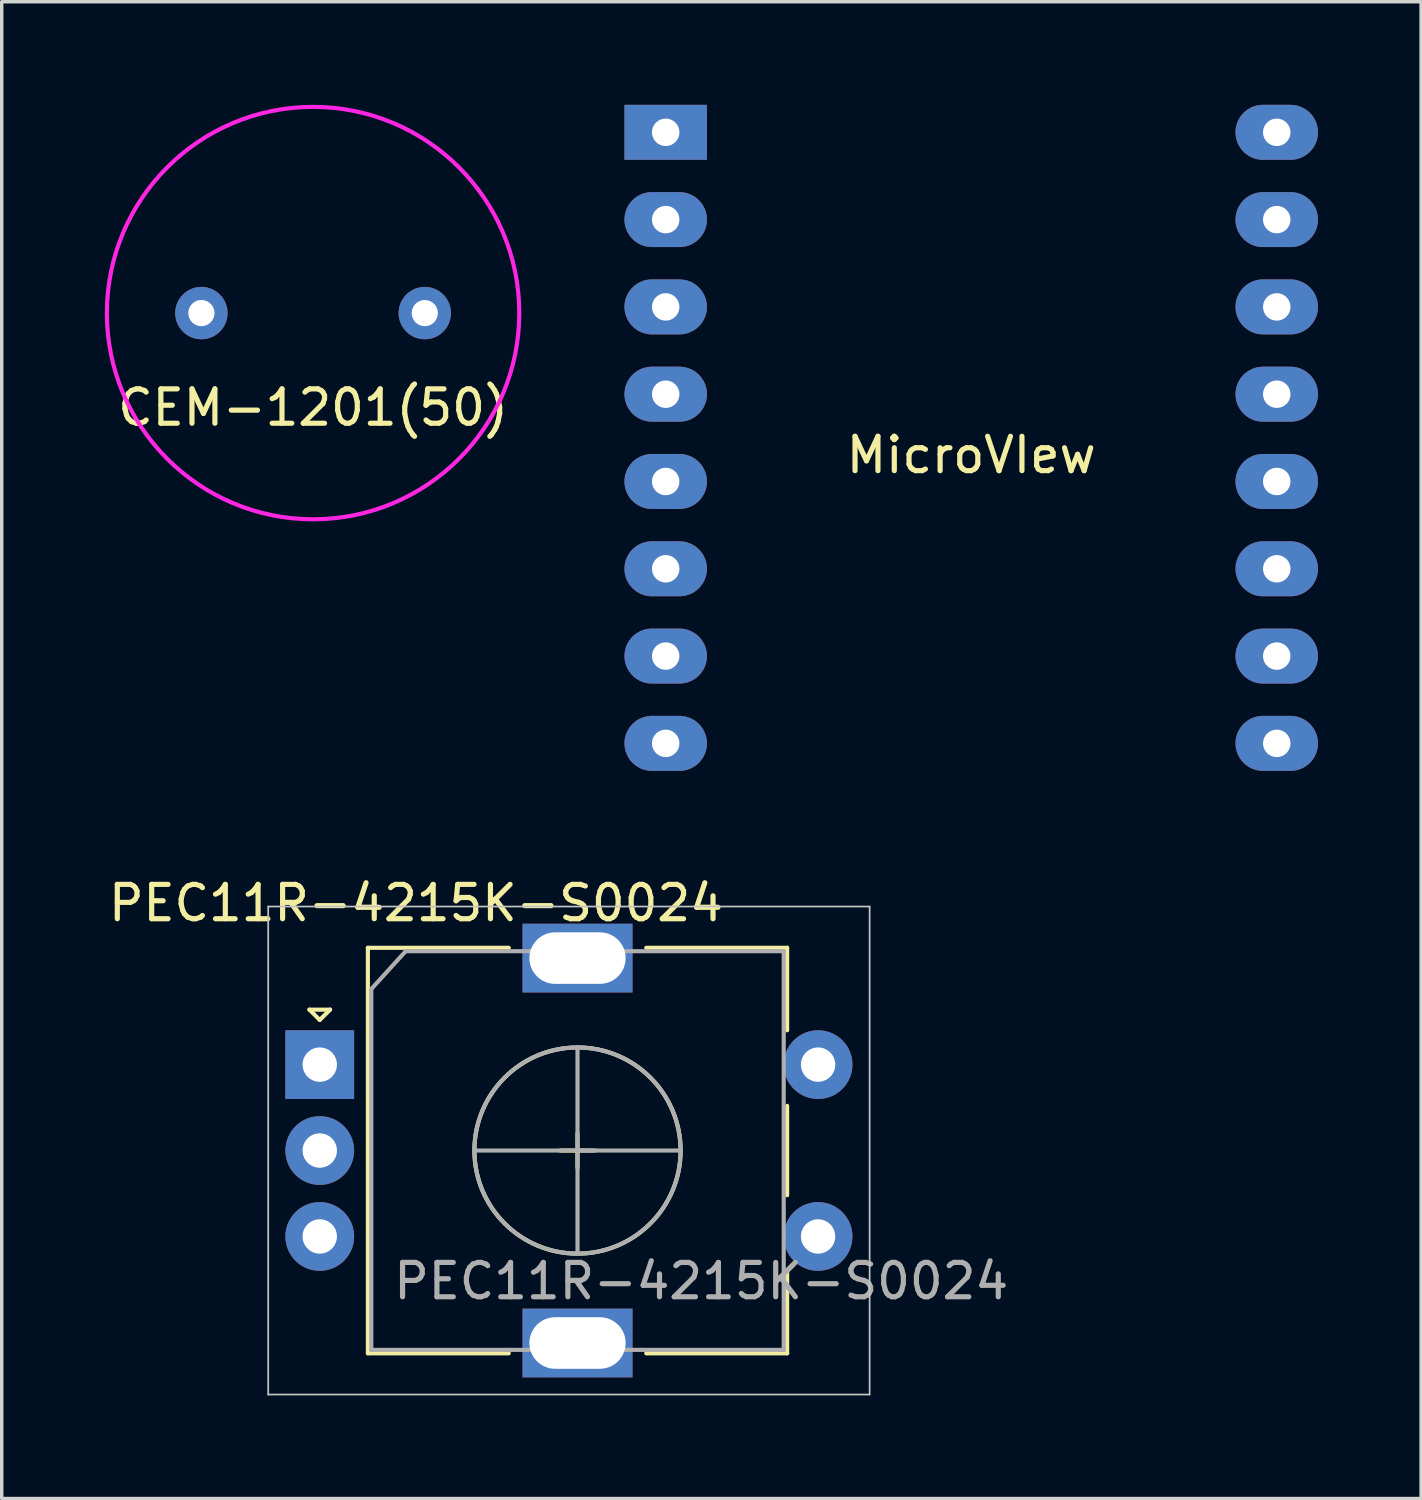
<source format=kicad_pcb>
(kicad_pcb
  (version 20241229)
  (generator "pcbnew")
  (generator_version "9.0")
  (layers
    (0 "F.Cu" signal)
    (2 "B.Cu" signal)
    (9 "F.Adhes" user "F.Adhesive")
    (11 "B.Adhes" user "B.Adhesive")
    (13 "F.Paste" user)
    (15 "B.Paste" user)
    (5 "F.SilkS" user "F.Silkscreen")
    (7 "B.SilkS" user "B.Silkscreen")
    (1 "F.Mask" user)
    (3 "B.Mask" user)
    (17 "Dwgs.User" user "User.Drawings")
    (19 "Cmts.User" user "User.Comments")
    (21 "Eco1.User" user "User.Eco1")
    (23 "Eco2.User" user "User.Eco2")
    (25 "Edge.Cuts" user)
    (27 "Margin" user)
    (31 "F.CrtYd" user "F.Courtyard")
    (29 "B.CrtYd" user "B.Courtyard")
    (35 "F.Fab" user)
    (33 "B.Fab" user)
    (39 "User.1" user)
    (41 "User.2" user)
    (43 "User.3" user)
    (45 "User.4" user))
  (footprint "MicroVIew"
    (layer "F.Cu")
    (at 25.21 9.69)
    (property "Reference" "MicroVIew" (at 0 0.5 0) (layer "F.SilkS") (effects (font (size 1 1) (thickness 0.15))))
    (attr through_hole)
    (pad "1" thru_hole rect (at -8.89 -8.89) (size 2.4 1.6) (drill 0.8) (layers "*.Cu" "*.Mask"))
    (pad "2" thru_hole oval (at -8.89 -6.35) (size 2.4 1.6) (drill 0.8) (layers "*.Cu" "*.Mask"))
    (pad "3" thru_hole oval (at -8.89 -3.81) (size 2.4 1.6) (drill 0.8) (layers "*.Cu" "*.Mask"))
    (pad "4" thru_hole oval (at -8.89 -1.27) (size 2.4 1.6) (drill 0.8) (layers "*.Cu" "*.Mask"))
    (pad "5" thru_hole oval (at -8.89 1.27) (size 2.4 1.6) (drill 0.8) (layers "*.Cu" "*.Mask"))
    (pad "6" thru_hole oval (at -8.89 3.81) (size 2.4 1.6) (drill 0.8) (layers "*.Cu" "*.Mask"))
    (pad "7" thru_hole oval (at -8.89 6.35) (size 2.4 1.6) (drill 0.8) (layers "*.Cu" "*.Mask"))
    (pad "8" thru_hole oval (at -8.89 8.89) (size 2.4 1.6) (drill 0.8) (layers "*.Cu" "*.Mask"))
    (pad "9" thru_hole oval (at 8.89 8.89) (size 2.4 1.6) (drill 0.8) (layers "*.Cu" "*.Mask"))
    (pad "10" thru_hole oval (at 8.89 6.35) (size 2.4 1.6) (drill 0.8) (layers "*.Cu" "*.Mask"))
    (pad "11" thru_hole oval (at 8.89 3.81) (size 2.4 1.6) (drill 0.8) (layers "*.Cu" "*.Mask"))
    (pad "12" thru_hole oval (at 8.89 1.27) (size 2.4 1.6) (drill 0.8) (layers "*.Cu" "*.Mask"))
    (pad "13" thru_hole oval (at 8.89 -1.27) (size 2.4 1.6) (drill 0.8) (layers "*.Cu" "*.Mask"))
    (pad "14" thru_hole oval (at 8.89 -3.81) (size 2.4 1.6) (drill 0.8) (layers "*.Cu" "*.Mask"))
    (pad "15" thru_hole oval (at 8.89 -6.35) (size 2.4 1.6) (drill 0.8) (layers "*.Cu" "*.Mask"))
    (pad "16" thru_hole oval (at 8.89 -8.89) (size 2.4 1.6) (drill 0.8) (layers "*.Cu" "*.Mask")))
  (footprint "CEM-1201(50)"
    (layer "F.Cu")
    (at 2.81 6.06)
    (property "Reference" "CEM-1201(50)" (at 3.25 2.75 0) (layer "F.SilkS") (effects (font (size 1 1) (thickness 0.15))))
    (attr through_hole)
    (fp_circle (center 3.25 0) (end 9.25 0) (stroke (width 0.12) (type solid)) (fill no) (layer "F.CrtYd"))
    (pad "1" thru_hole circle (at 0 0) (size 1.524 1.524) (drill 0.762) (layers "*.Cu" "*.Mask"))
    (pad "2" thru_hole circle (at 6.5 0) (size 1.524 1.524) (drill 0.762) (layers "*.Cu" "*.Mask")))
  (footprint "PEC11R-4215K-S0024"
    (layer "F.Cu")
    (at 6.254 27.928)
    (property "Reference" "PEC11R-4215K-S0024" (at 2.8 -4.7 0) (layer "F.SilkS") (effects (font (size 1 1) (thickness 0.15))))
    (attr through_hole)
    (fp_line (start -0.3 -1.6) (end 0.3 -1.6) (stroke (width 0.12) (type solid)) (layer "F.SilkS"))
    (fp_line (start 0 -1.3) (end -0.3 -1.6) (stroke (width 0.12) (type solid)) (layer "F.SilkS"))
    (fp_line (start 0.3 -1.6) (end 0 -1.3) (stroke (width 0.12) (type solid)) (layer "F.SilkS"))
    (fp_line (start 1.4 -3.4) (end 1.4 8.4) (stroke (width 0.12) (type solid)) (layer "F.SilkS"))
    (fp_line (start 5.5 -3.4) (end 1.4 -3.4) (stroke (width 0.12) (type solid)) (layer "F.SilkS"))
    (fp_line (start 5.5 8.4) (end 1.4 8.4) (stroke (width 0.12) (type solid)) (layer "F.SilkS"))
    (fp_line (start 7 2.5) (end 8 2.5) (stroke (width 0.12) (type solid)) (layer "F.SilkS"))
    (fp_line (start 7.5 2) (end 7.5 3) (stroke (width 0.12) (type solid)) (layer "F.SilkS"))
    (fp_line (start 9.5 -3.4) (end 13.6 -3.4) (stroke (width 0.12) (type solid)) (layer "F.SilkS"))
    (fp_line (start 13.6 -3.4) (end 13.6 -1) (stroke (width 0.12) (type solid)) (layer "F.SilkS"))
    (fp_line (start 13.6 1.2) (end 13.6 3.8) (stroke (width 0.12) (type solid)) (layer "F.SilkS"))
    (fp_line (start 13.6 6) (end 13.6 8.4) (stroke (width 0.12) (type solid)) (layer "F.SilkS"))
    (fp_line (start 13.6 8.4) (end 9.5 8.4) (stroke (width 0.12) (type solid)) (layer "F.SilkS"))
    (fp_circle (center 7.5 2.5) (end 10.5 2.5) (stroke (width 0.12) (type solid)) (fill no) (layer "F.SilkS"))
    (fp_line (start -1.5 -4.6) (end -1.5 9.6) (stroke (width 0.05) (type solid)) (layer "Dwgs.User"))
    (fp_line (start -1.5 -4.6) (end 16 -4.6) (stroke (width 0.05) (type solid)) (layer "Dwgs.User"))
    (fp_line (start 16 9.6) (end -1.5 9.6) (stroke (width 0.05) (type solid)) (layer "Dwgs.User"))
    (fp_line (start 16 9.6) (end 16 -4.6) (stroke (width 0.05) (type solid)) (layer "Dwgs.User"))
    (fp_line (start 1.5 -2.2) (end 2.5 -3.3) (stroke (width 0.12) (type solid)) (layer "F.Fab"))
    (fp_line (start 1.5 8.3) (end 1.5 -2.2) (stroke (width 0.12) (type solid)) (layer "F.Fab"))
    (fp_line (start 2.5 -3.3) (end 13.5 -3.3) (stroke (width 0.12) (type solid)) (layer "F.Fab"))
    (fp_line (start 4.5 2.5) (end 10.5 2.5) (stroke (width 0.12) (type solid)) (layer "F.Fab"))
    (fp_line (start 7.5 -0.5) (end 7.5 5.5) (stroke (width 0.12) (type solid)) (layer "F.Fab"))
    (fp_line (start 13.5 -3.3) (end 13.5 8.3) (stroke (width 0.12) (type solid)) (layer "F.Fab"))
    (fp_line (start 13.5 8.3) (end 1.5 8.3) (stroke (width 0.12) (type solid)) (layer "F.Fab"))
    (fp_circle (center 7.5 2.5) (end 10.5 2.5) (stroke (width 0.12) (type solid)) (fill no) (layer "F.Fab"))
    (fp_text user "${REFERENCE}" (at 11.1 6.3 0) (layer "F.Fab") (effects (font (size 1 1) (thickness 0.15))))
    (pad "A" thru_hole rect (at 0 0) (size 2 2) (drill 1) (layers "*.Cu" "*.Mask"))
    (pad "B" thru_hole circle (at 0 5) (size 2 2) (drill 1) (layers "*.Cu" "*.Mask"))
    (pad "C" thru_hole circle (at 0 2.5) (size 2 2) (drill 1) (layers "*.Cu" "*.Mask"))
    (pad "MP" thru_hole rect (at 7.5 -3.1) (size 3.2 2) (drill oval 2.8 1.5) (layers "*.Cu" "*.Mask"))
    (pad "MP" thru_hole rect (at 7.5 8.1) (size 3.2 2) (drill oval 2.8 1.5) (layers "*.Cu" "*.Mask"))
    (pad "S1" thru_hole circle (at 14.5 5) (size 2 2) (drill 1) (layers "*.Cu" "*.Mask"))
    (pad "S2" thru_hole circle (at 14.5 0) (size 2 2) (drill 1) (layers "*.Cu" "*.Mask")))
  (gr_rect
    (start -3 -3)
    (end 38.3 40.553)
    (stroke (width 0.1) (type default))
    (fill no)
    (layer "Edge.Cuts")))
</source>
